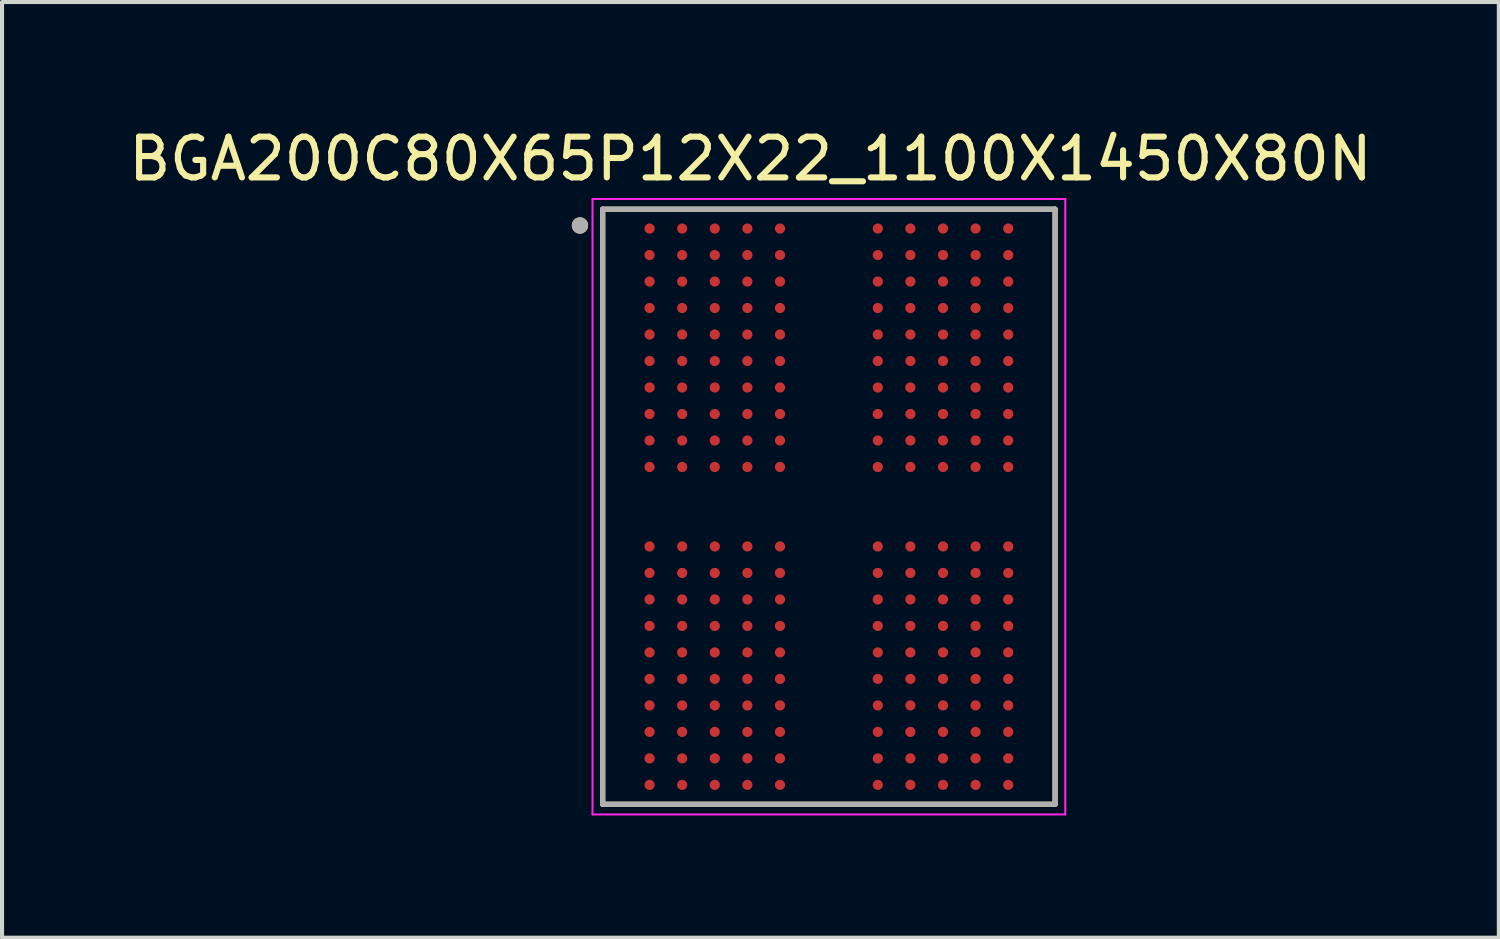
<source format=kicad_pcb>
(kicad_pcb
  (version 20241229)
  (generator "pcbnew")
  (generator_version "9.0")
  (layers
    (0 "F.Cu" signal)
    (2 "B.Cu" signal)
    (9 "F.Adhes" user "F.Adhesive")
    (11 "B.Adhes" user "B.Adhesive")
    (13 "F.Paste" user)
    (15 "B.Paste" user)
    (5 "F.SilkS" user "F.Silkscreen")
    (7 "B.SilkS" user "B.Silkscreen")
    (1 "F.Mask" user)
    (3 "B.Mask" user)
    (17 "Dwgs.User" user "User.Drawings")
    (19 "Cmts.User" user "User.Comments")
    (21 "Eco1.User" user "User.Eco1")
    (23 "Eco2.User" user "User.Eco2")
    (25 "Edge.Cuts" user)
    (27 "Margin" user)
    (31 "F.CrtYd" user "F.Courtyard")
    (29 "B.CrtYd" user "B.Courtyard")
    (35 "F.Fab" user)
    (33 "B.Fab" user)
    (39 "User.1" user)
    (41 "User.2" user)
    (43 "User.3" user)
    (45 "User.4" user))
  (footprint "BGA200C80X65P12X22_1100X1450X80N"
    (layer "F.Cu")
    (at 17.288 9.383)
    (property "Reference" "BGA200C80X65P12X22_1100X1450X80N" (at -1.925 -8.535 0) (layer "F.SilkS") (effects (font (size 1 1) (thickness 0.15))))
    (attr through_hole)
    (fp_line (start -5.55 -7.3) (end 5.55 -7.3) (stroke (width 0.127) (type solid)) (layer "F.SilkS"))
    (fp_line (start -5.55 7.3) (end -5.55 -7.3) (stroke (width 0.127) (type solid)) (layer "F.SilkS"))
    (fp_line (start 5.55 -7.3) (end 5.55 7.3) (stroke (width 0.127) (type solid)) (layer "F.SilkS"))
    (fp_line (start 5.55 7.3) (end -5.55 7.3) (stroke (width 0.127) (type solid)) (layer "F.SilkS"))
    (fp_circle (center -6.108 -6.9) (end -6.008 -6.9) (stroke (width 0.2) (type solid)) (fill no) (layer "F.SilkS"))
    (fp_line (start -5.8 -7.55) (end 5.8 -7.55) (stroke (width 0.05) (type solid)) (layer "F.CrtYd"))
    (fp_line (start -5.8 7.55) (end -5.8 -7.55) (stroke (width 0.05) (type solid)) (layer "F.CrtYd"))
    (fp_line (start 5.8 -7.55) (end 5.8 7.55) (stroke (width 0.05) (type solid)) (layer "F.CrtYd"))
    (fp_line (start 5.8 7.55) (end -5.8 7.55) (stroke (width 0.05) (type solid)) (layer "F.CrtYd"))
    (fp_line (start -5.55 -7.3) (end 5.55 -7.3) (stroke (width 0.127) (type solid)) (layer "F.Fab"))
    (fp_line (start -5.55 7.3) (end -5.55 -7.3) (stroke (width 0.127) (type solid)) (layer "F.Fab"))
    (fp_line (start 5.55 -7.3) (end 5.55 7.3) (stroke (width 0.127) (type solid)) (layer "F.Fab"))
    (fp_line (start 5.55 7.3) (end -5.55 7.3) (stroke (width 0.127) (type solid)) (layer "F.Fab"))
    (fp_circle (center -6.108 -6.9) (end -6.008 -6.9) (stroke (width 0.2) (type solid)) (fill no) (layer "F.Fab"))
    (pad "A1" smd circle (at -4.4 -6.825) (size 0.25 0.25) (layers "F.Cu" "F.Mask" "F.Paste"))
    (pad "A2" smd circle (at -3.6 -6.825) (size 0.25 0.25) (layers "F.Cu" "F.Mask" "F.Paste"))
    (pad "A3" smd circle (at -2.8 -6.825) (size 0.25 0.25) (layers "F.Cu" "F.Mask" "F.Paste"))
    (pad "A4" smd circle (at -2 -6.825) (size 0.25 0.25) (layers "F.Cu" "F.Mask" "F.Paste"))
    (pad "A5" smd circle (at -1.2 -6.825) (size 0.25 0.25) (layers "F.Cu" "F.Mask" "F.Paste"))
    (pad "A8" smd circle (at 1.2 -6.825) (size 0.25 0.25) (layers "F.Cu" "F.Mask" "F.Paste"))
    (pad "A9" smd circle (at 2 -6.825) (size 0.25 0.25) (layers "F.Cu" "F.Mask" "F.Paste"))
    (pad "A10" smd circle (at 2.8 -6.825) (size 0.25 0.25) (layers "F.Cu" "F.Mask" "F.Paste"))
    (pad "A11" smd circle (at 3.6 -6.825) (size 0.25 0.25) (layers "F.Cu" "F.Mask" "F.Paste"))
    (pad "A12" smd circle (at 4.4 -6.825) (size 0.25 0.25) (layers "F.Cu" "F.Mask" "F.Paste"))
    (pad "AA1" smd circle (at -4.4 6.175) (size 0.25 0.25) (layers "F.Cu" "F.Mask" "F.Paste"))
    (pad "AA2" smd circle (at -3.6 6.175) (size 0.25 0.25) (layers "F.Cu" "F.Mask" "F.Paste"))
    (pad "AA3" smd circle (at -2.8 6.175) (size 0.25 0.25) (layers "F.Cu" "F.Mask" "F.Paste"))
    (pad "AA4" smd circle (at -2 6.175) (size 0.25 0.25) (layers "F.Cu" "F.Mask" "F.Paste"))
    (pad "AA5" smd circle (at -1.2 6.175) (size 0.25 0.25) (layers "F.Cu" "F.Mask" "F.Paste"))
    (pad "AA8" smd circle (at 1.2 6.175) (size 0.25 0.25) (layers "F.Cu" "F.Mask" "F.Paste"))
    (pad "AA9" smd circle (at 2 6.175) (size 0.25 0.25) (layers "F.Cu" "F.Mask" "F.Paste"))
    (pad "AA10" smd circle (at 2.8 6.175) (size 0.25 0.25) (layers "F.Cu" "F.Mask" "F.Paste"))
    (pad "AA11" smd circle (at 3.6 6.175) (size 0.25 0.25) (layers "F.Cu" "F.Mask" "F.Paste"))
    (pad "AA12" smd circle (at 4.4 6.175) (size 0.25 0.25) (layers "F.Cu" "F.Mask" "F.Paste"))
    (pad "AB1" smd circle (at -4.4 6.825) (size 0.25 0.25) (layers "F.Cu" "F.Mask" "F.Paste"))
    (pad "AB2" smd circle (at -3.6 6.825) (size 0.25 0.25) (layers "F.Cu" "F.Mask" "F.Paste"))
    (pad "AB3" smd circle (at -2.8 6.825) (size 0.25 0.25) (layers "F.Cu" "F.Mask" "F.Paste"))
    (pad "AB4" smd circle (at -2 6.825) (size 0.25 0.25) (layers "F.Cu" "F.Mask" "F.Paste"))
    (pad "AB5" smd circle (at -1.2 6.825) (size 0.25 0.25) (layers "F.Cu" "F.Mask" "F.Paste"))
    (pad "AB8" smd circle (at 1.2 6.825) (size 0.25 0.25) (layers "F.Cu" "F.Mask" "F.Paste"))
    (pad "AB9" smd circle (at 2 6.825) (size 0.25 0.25) (layers "F.Cu" "F.Mask" "F.Paste"))
    (pad "AB10" smd circle (at 2.8 6.825) (size 0.25 0.25) (layers "F.Cu" "F.Mask" "F.Paste"))
    (pad "AB11" smd circle (at 3.6 6.825) (size 0.25 0.25) (layers "F.Cu" "F.Mask" "F.Paste"))
    (pad "AB12" smd circle (at 4.4 6.825) (size 0.25 0.25) (layers "F.Cu" "F.Mask" "F.Paste"))
    (pad "B1" smd circle (at -4.4 -6.175) (size 0.25 0.25) (layers "F.Cu" "F.Mask" "F.Paste"))
    (pad "B2" smd circle (at -3.6 -6.175) (size 0.25 0.25) (layers "F.Cu" "F.Mask" "F.Paste"))
    (pad "B3" smd circle (at -2.8 -6.175) (size 0.25 0.25) (layers "F.Cu" "F.Mask" "F.Paste"))
    (pad "B4" smd circle (at -2 -6.175) (size 0.25 0.25) (layers "F.Cu" "F.Mask" "F.Paste"))
    (pad "B5" smd circle (at -1.2 -6.175) (size 0.25 0.25) (layers "F.Cu" "F.Mask" "F.Paste"))
    (pad "B8" smd circle (at 1.2 -6.175) (size 0.25 0.25) (layers "F.Cu" "F.Mask" "F.Paste"))
    (pad "B9" smd circle (at 2 -6.175) (size 0.25 0.25) (layers "F.Cu" "F.Mask" "F.Paste"))
    (pad "B10" smd circle (at 2.8 -6.175) (size 0.25 0.25) (layers "F.Cu" "F.Mask" "F.Paste"))
    (pad "B11" smd circle (at 3.6 -6.175) (size 0.25 0.25) (layers "F.Cu" "F.Mask" "F.Paste"))
    (pad "B12" smd circle (at 4.4 -6.175) (size 0.25 0.25) (layers "F.Cu" "F.Mask" "F.Paste"))
    (pad "C1" smd circle (at -4.4 -5.525) (size 0.25 0.25) (layers "F.Cu" "F.Mask" "F.Paste"))
    (pad "C2" smd circle (at -3.6 -5.525) (size 0.25 0.25) (layers "F.Cu" "F.Mask" "F.Paste"))
    (pad "C3" smd circle (at -2.8 -5.525) (size 0.25 0.25) (layers "F.Cu" "F.Mask" "F.Paste"))
    (pad "C4" smd circle (at -2 -5.525) (size 0.25 0.25) (layers "F.Cu" "F.Mask" "F.Paste"))
    (pad "C5" smd circle (at -1.2 -5.525) (size 0.25 0.25) (layers "F.Cu" "F.Mask" "F.Paste"))
    (pad "C8" smd circle (at 1.2 -5.525) (size 0.25 0.25) (layers "F.Cu" "F.Mask" "F.Paste"))
    (pad "C9" smd circle (at 2 -5.525) (size 0.25 0.25) (layers "F.Cu" "F.Mask" "F.Paste"))
    (pad "C10" smd circle (at 2.8 -5.525) (size 0.25 0.25) (layers "F.Cu" "F.Mask" "F.Paste"))
    (pad "C11" smd circle (at 3.6 -5.525) (size 0.25 0.25) (layers "F.Cu" "F.Mask" "F.Paste"))
    (pad "C12" smd circle (at 4.4 -5.525) (size 0.25 0.25) (layers "F.Cu" "F.Mask" "F.Paste"))
    (pad "D1" smd circle (at -4.4 -4.875) (size 0.25 0.25) (layers "F.Cu" "F.Mask" "F.Paste"))
    (pad "D2" smd circle (at -3.6 -4.875) (size 0.25 0.25) (layers "F.Cu" "F.Mask" "F.Paste"))
    (pad "D3" smd circle (at -2.8 -4.875) (size 0.25 0.25) (layers "F.Cu" "F.Mask" "F.Paste"))
    (pad "D4" smd circle (at -2 -4.875) (size 0.25 0.25) (layers "F.Cu" "F.Mask" "F.Paste"))
    (pad "D5" smd circle (at -1.2 -4.875) (size 0.25 0.25) (layers "F.Cu" "F.Mask" "F.Paste"))
    (pad "D8" smd circle (at 1.2 -4.875) (size 0.25 0.25) (layers "F.Cu" "F.Mask" "F.Paste"))
    (pad "D9" smd circle (at 2 -4.875) (size 0.25 0.25) (layers "F.Cu" "F.Mask" "F.Paste"))
    (pad "D10" smd circle (at 2.8 -4.875) (size 0.25 0.25) (layers "F.Cu" "F.Mask" "F.Paste"))
    (pad "D11" smd circle (at 3.6 -4.875) (size 0.25 0.25) (layers "F.Cu" "F.Mask" "F.Paste"))
    (pad "D12" smd circle (at 4.4 -4.875) (size 0.25 0.25) (layers "F.Cu" "F.Mask" "F.Paste"))
    (pad "E1" smd circle (at -4.4 -4.225) (size 0.25 0.25) (layers "F.Cu" "F.Mask" "F.Paste"))
    (pad "E2" smd circle (at -3.6 -4.225) (size 0.25 0.25) (layers "F.Cu" "F.Mask" "F.Paste"))
    (pad "E3" smd circle (at -2.8 -4.225) (size 0.25 0.25) (layers "F.Cu" "F.Mask" "F.Paste"))
    (pad "E4" smd circle (at -2 -4.225) (size 0.25 0.25) (layers "F.Cu" "F.Mask" "F.Paste"))
    (pad "E5" smd circle (at -1.2 -4.225) (size 0.25 0.25) (layers "F.Cu" "F.Mask" "F.Paste"))
    (pad "E8" smd circle (at 1.2 -4.225) (size 0.25 0.25) (layers "F.Cu" "F.Mask" "F.Paste"))
    (pad "E9" smd circle (at 2 -4.225) (size 0.25 0.25) (layers "F.Cu" "F.Mask" "F.Paste"))
    (pad "E10" smd circle (at 2.8 -4.225) (size 0.25 0.25) (layers "F.Cu" "F.Mask" "F.Paste"))
    (pad "E11" smd circle (at 3.6 -4.225) (size 0.25 0.25) (layers "F.Cu" "F.Mask" "F.Paste"))
    (pad "E12" smd circle (at 4.4 -4.225) (size 0.25 0.25) (layers "F.Cu" "F.Mask" "F.Paste"))
    (pad "F1" smd circle (at -4.4 -3.575) (size 0.25 0.25) (layers "F.Cu" "F.Mask" "F.Paste"))
    (pad "F2" smd circle (at -3.6 -3.575) (size 0.25 0.25) (layers "F.Cu" "F.Mask" "F.Paste"))
    (pad "F3" smd circle (at -2.8 -3.575) (size 0.25 0.25) (layers "F.Cu" "F.Mask" "F.Paste"))
    (pad "F4" smd circle (at -2 -3.575) (size 0.25 0.25) (layers "F.Cu" "F.Mask" "F.Paste"))
    (pad "F5" smd circle (at -1.2 -3.575) (size 0.25 0.25) (layers "F.Cu" "F.Mask" "F.Paste"))
    (pad "F8" smd circle (at 1.2 -3.575) (size 0.25 0.25) (layers "F.Cu" "F.Mask" "F.Paste"))
    (pad "F9" smd circle (at 2 -3.575) (size 0.25 0.25) (layers "F.Cu" "F.Mask" "F.Paste"))
    (pad "F10" smd circle (at 2.8 -3.575) (size 0.25 0.25) (layers "F.Cu" "F.Mask" "F.Paste"))
    (pad "F11" smd circle (at 3.6 -3.575) (size 0.25 0.25) (layers "F.Cu" "F.Mask" "F.Paste"))
    (pad "F12" smd circle (at 4.4 -3.575) (size 0.25 0.25) (layers "F.Cu" "F.Mask" "F.Paste"))
    (pad "G1" smd circle (at -4.4 -2.925) (size 0.25 0.25) (layers "F.Cu" "F.Mask" "F.Paste"))
    (pad "G2" smd circle (at -3.6 -2.925) (size 0.25 0.25) (layers "F.Cu" "F.Mask" "F.Paste"))
    (pad "G3" smd circle (at -2.8 -2.925) (size 0.25 0.25) (layers "F.Cu" "F.Mask" "F.Paste"))
    (pad "G4" smd circle (at -2 -2.925) (size 0.25 0.25) (layers "F.Cu" "F.Mask" "F.Paste"))
    (pad "G5" smd circle (at -1.2 -2.925) (size 0.25 0.25) (layers "F.Cu" "F.Mask" "F.Paste"))
    (pad "G8" smd circle (at 1.2 -2.925) (size 0.25 0.25) (layers "F.Cu" "F.Mask" "F.Paste"))
    (pad "G9" smd circle (at 2 -2.925) (size 0.25 0.25) (layers "F.Cu" "F.Mask" "F.Paste"))
    (pad "G10" smd circle (at 2.8 -2.925) (size 0.25 0.25) (layers "F.Cu" "F.Mask" "F.Paste"))
    (pad "G11" smd circle (at 3.6 -2.925) (size 0.25 0.25) (layers "F.Cu" "F.Mask" "F.Paste"))
    (pad "G12" smd circle (at 4.4 -2.925) (size 0.25 0.25) (layers "F.Cu" "F.Mask" "F.Paste"))
    (pad "H1" smd circle (at -4.4 -2.275) (size 0.25 0.25) (layers "F.Cu" "F.Mask" "F.Paste"))
    (pad "H2" smd circle (at -3.6 -2.275) (size 0.25 0.25) (layers "F.Cu" "F.Mask" "F.Paste"))
    (pad "H3" smd circle (at -2.8 -2.275) (size 0.25 0.25) (layers "F.Cu" "F.Mask" "F.Paste"))
    (pad "H4" smd circle (at -2 -2.275) (size 0.25 0.25) (layers "F.Cu" "F.Mask" "F.Paste"))
    (pad "H5" smd circle (at -1.2 -2.275) (size 0.25 0.25) (layers "F.Cu" "F.Mask" "F.Paste"))
    (pad "H8" smd circle (at 1.2 -2.275) (size 0.25 0.25) (layers "F.Cu" "F.Mask" "F.Paste"))
    (pad "H9" smd circle (at 2 -2.275) (size 0.25 0.25) (layers "F.Cu" "F.Mask" "F.Paste"))
    (pad "H10" smd circle (at 2.8 -2.275) (size 0.25 0.25) (layers "F.Cu" "F.Mask" "F.Paste"))
    (pad "H11" smd circle (at 3.6 -2.275) (size 0.25 0.25) (layers "F.Cu" "F.Mask" "F.Paste"))
    (pad "H12" smd circle (at 4.4 -2.275) (size 0.25 0.25) (layers "F.Cu" "F.Mask" "F.Paste"))
    (pad "J1" smd circle (at -4.4 -1.625) (size 0.25 0.25) (layers "F.Cu" "F.Mask" "F.Paste"))
    (pad "J2" smd circle (at -3.6 -1.625) (size 0.25 0.25) (layers "F.Cu" "F.Mask" "F.Paste"))
    (pad "J3" smd circle (at -2.8 -1.625) (size 0.25 0.25) (layers "F.Cu" "F.Mask" "F.Paste"))
    (pad "J4" smd circle (at -2 -1.625) (size 0.25 0.25) (layers "F.Cu" "F.Mask" "F.Paste"))
    (pad "J5" smd circle (at -1.2 -1.625) (size 0.25 0.25) (layers "F.Cu" "F.Mask" "F.Paste"))
    (pad "J8" smd circle (at 1.2 -1.625) (size 0.25 0.25) (layers "F.Cu" "F.Mask" "F.Paste"))
    (pad "J9" smd circle (at 2 -1.625) (size 0.25 0.25) (layers "F.Cu" "F.Mask" "F.Paste"))
    (pad "J10" smd circle (at 2.8 -1.625) (size 0.25 0.25) (layers "F.Cu" "F.Mask" "F.Paste"))
    (pad "J11" smd circle (at 3.6 -1.625) (size 0.25 0.25) (layers "F.Cu" "F.Mask" "F.Paste"))
    (pad "J12" smd circle (at 4.4 -1.625) (size 0.25 0.25) (layers "F.Cu" "F.Mask" "F.Paste"))
    (pad "K1" smd circle (at -4.4 -0.975) (size 0.25 0.25) (layers "F.Cu" "F.Mask" "F.Paste"))
    (pad "K2" smd circle (at -3.6 -0.975) (size 0.25 0.25) (layers "F.Cu" "F.Mask" "F.Paste"))
    (pad "K3" smd circle (at -2.8 -0.975) (size 0.25 0.25) (layers "F.Cu" "F.Mask" "F.Paste"))
    (pad "K4" smd circle (at -2 -0.975) (size 0.25 0.25) (layers "F.Cu" "F.Mask" "F.Paste"))
    (pad "K5" smd circle (at -1.2 -0.975) (size 0.25 0.25) (layers "F.Cu" "F.Mask" "F.Paste"))
    (pad "K8" smd circle (at 1.2 -0.975) (size 0.25 0.25) (layers "F.Cu" "F.Mask" "F.Paste"))
    (pad "K9" smd circle (at 2 -0.975) (size 0.25 0.25) (layers "F.Cu" "F.Mask" "F.Paste"))
    (pad "K10" smd circle (at 2.8 -0.975) (size 0.25 0.25) (layers "F.Cu" "F.Mask" "F.Paste"))
    (pad "K11" smd circle (at 3.6 -0.975) (size 0.25 0.25) (layers "F.Cu" "F.Mask" "F.Paste"))
    (pad "K12" smd circle (at 4.4 -0.975) (size 0.25 0.25) (layers "F.Cu" "F.Mask" "F.Paste"))
    (pad "N1" smd circle (at -4.4 0.975) (size 0.25 0.25) (layers "F.Cu" "F.Mask" "F.Paste"))
    (pad "N2" smd circle (at -3.6 0.975) (size 0.25 0.25) (layers "F.Cu" "F.Mask" "F.Paste"))
    (pad "N3" smd circle (at -2.8 0.975) (size 0.25 0.25) (layers "F.Cu" "F.Mask" "F.Paste"))
    (pad "N4" smd circle (at -2 0.975) (size 0.25 0.25) (layers "F.Cu" "F.Mask" "F.Paste"))
    (pad "N5" smd circle (at -1.2 0.975) (size 0.25 0.25) (layers "F.Cu" "F.Mask" "F.Paste"))
    (pad "N8" smd circle (at 1.2 0.975) (size 0.25 0.25) (layers "F.Cu" "F.Mask" "F.Paste"))
    (pad "N9" smd circle (at 2 0.975) (size 0.25 0.25) (layers "F.Cu" "F.Mask" "F.Paste"))
    (pad "N10" smd circle (at 2.8 0.975) (size 0.25 0.25) (layers "F.Cu" "F.Mask" "F.Paste"))
    (pad "N11" smd circle (at 3.6 0.975) (size 0.25 0.25) (layers "F.Cu" "F.Mask" "F.Paste"))
    (pad "N12" smd circle (at 4.4 0.975) (size 0.25 0.25) (layers "F.Cu" "F.Mask" "F.Paste"))
    (pad "P1" smd circle (at -4.4 1.625) (size 0.25 0.25) (layers "F.Cu" "F.Mask" "F.Paste"))
    (pad "P2" smd circle (at -3.6 1.625) (size 0.25 0.25) (layers "F.Cu" "F.Mask" "F.Paste"))
    (pad "P3" smd circle (at -2.8 1.625) (size 0.25 0.25) (layers "F.Cu" "F.Mask" "F.Paste"))
    (pad "P4" smd circle (at -2 1.625) (size 0.25 0.25) (layers "F.Cu" "F.Mask" "F.Paste"))
    (pad "P5" smd circle (at -1.2 1.625) (size 0.25 0.25) (layers "F.Cu" "F.Mask" "F.Paste"))
    (pad "P8" smd circle (at 1.2 1.625) (size 0.25 0.25) (layers "F.Cu" "F.Mask" "F.Paste"))
    (pad "P9" smd circle (at 2 1.625) (size 0.25 0.25) (layers "F.Cu" "F.Mask" "F.Paste"))
    (pad "P10" smd circle (at 2.8 1.625) (size 0.25 0.25) (layers "F.Cu" "F.Mask" "F.Paste"))
    (pad "P11" smd circle (at 3.6 1.625) (size 0.25 0.25) (layers "F.Cu" "F.Mask" "F.Paste"))
    (pad "P12" smd circle (at 4.4 1.625) (size 0.25 0.25) (layers "F.Cu" "F.Mask" "F.Paste"))
    (pad "R1" smd circle (at -4.4 2.275) (size 0.25 0.25) (layers "F.Cu" "F.Mask" "F.Paste"))
    (pad "R2" smd circle (at -3.6 2.275) (size 0.25 0.25) (layers "F.Cu" "F.Mask" "F.Paste"))
    (pad "R3" smd circle (at -2.8 2.275) (size 0.25 0.25) (layers "F.Cu" "F.Mask" "F.Paste"))
    (pad "R4" smd circle (at -2 2.275) (size 0.25 0.25) (layers "F.Cu" "F.Mask" "F.Paste"))
    (pad "R5" smd circle (at -1.2 2.275) (size 0.25 0.25) (layers "F.Cu" "F.Mask" "F.Paste"))
    (pad "R8" smd circle (at 1.2 2.275) (size 0.25 0.25) (layers "F.Cu" "F.Mask" "F.Paste"))
    (pad "R9" smd circle (at 2 2.275) (size 0.25 0.25) (layers "F.Cu" "F.Mask" "F.Paste"))
    (pad "R10" smd circle (at 2.8 2.275) (size 0.25 0.25) (layers "F.Cu" "F.Mask" "F.Paste"))
    (pad "R11" smd circle (at 3.6 2.275) (size 0.25 0.25) (layers "F.Cu" "F.Mask" "F.Paste"))
    (pad "R12" smd circle (at 4.4 2.275) (size 0.25 0.25) (layers "F.Cu" "F.Mask" "F.Paste"))
    (pad "T1" smd circle (at -4.4 2.925) (size 0.25 0.25) (layers "F.Cu" "F.Mask" "F.Paste"))
    (pad "T2" smd circle (at -3.6 2.925) (size 0.25 0.25) (layers "F.Cu" "F.Mask" "F.Paste"))
    (pad "T3" smd circle (at -2.8 2.925) (size 0.25 0.25) (layers "F.Cu" "F.Mask" "F.Paste"))
    (pad "T4" smd circle (at -2 2.925) (size 0.25 0.25) (layers "F.Cu" "F.Mask" "F.Paste"))
    (pad "T5" smd circle (at -1.2 2.925) (size 0.25 0.25) (layers "F.Cu" "F.Mask" "F.Paste"))
    (pad "T8" smd circle (at 1.2 2.925) (size 0.25 0.25) (layers "F.Cu" "F.Mask" "F.Paste"))
    (pad "T9" smd circle (at 2 2.925) (size 0.25 0.25) (layers "F.Cu" "F.Mask" "F.Paste"))
    (pad "T10" smd circle (at 2.8 2.925) (size 0.25 0.25) (layers "F.Cu" "F.Mask" "F.Paste"))
    (pad "T11" smd circle (at 3.6 2.925) (size 0.25 0.25) (layers "F.Cu" "F.Mask" "F.Paste"))
    (pad "T12" smd circle (at 4.4 2.925) (size 0.25 0.25) (layers "F.Cu" "F.Mask" "F.Paste"))
    (pad "U1" smd circle (at -4.4 3.575) (size 0.25 0.25) (layers "F.Cu" "F.Mask" "F.Paste"))
    (pad "U2" smd circle (at -3.6 3.575) (size 0.25 0.25) (layers "F.Cu" "F.Mask" "F.Paste"))
    (pad "U3" smd circle (at -2.8 3.575) (size 0.25 0.25) (layers "F.Cu" "F.Mask" "F.Paste"))
    (pad "U4" smd circle (at -2 3.575) (size 0.25 0.25) (layers "F.Cu" "F.Mask" "F.Paste"))
    (pad "U5" smd circle (at -1.2 3.575) (size 0.25 0.25) (layers "F.Cu" "F.Mask" "F.Paste"))
    (pad "U8" smd circle (at 1.2 3.575) (size 0.25 0.25) (layers "F.Cu" "F.Mask" "F.Paste"))
    (pad "U9" smd circle (at 2 3.575) (size 0.25 0.25) (layers "F.Cu" "F.Mask" "F.Paste"))
    (pad "U10" smd circle (at 2.8 3.575) (size 0.25 0.25) (layers "F.Cu" "F.Mask" "F.Paste"))
    (pad "U11" smd circle (at 3.6 3.575) (size 0.25 0.25) (layers "F.Cu" "F.Mask" "F.Paste"))
    (pad "U12" smd circle (at 4.4 3.575) (size 0.25 0.25) (layers "F.Cu" "F.Mask" "F.Paste"))
    (pad "V1" smd circle (at -4.4 4.225) (size 0.25 0.25) (layers "F.Cu" "F.Mask" "F.Paste"))
    (pad "V2" smd circle (at -3.6 4.225) (size 0.25 0.25) (layers "F.Cu" "F.Mask" "F.Paste"))
    (pad "V3" smd circle (at -2.8 4.225) (size 0.25 0.25) (layers "F.Cu" "F.Mask" "F.Paste"))
    (pad "V4" smd circle (at -2 4.225) (size 0.25 0.25) (layers "F.Cu" "F.Mask" "F.Paste"))
    (pad "V5" smd circle (at -1.2 4.225) (size 0.25 0.25) (layers "F.Cu" "F.Mask" "F.Paste"))
    (pad "V8" smd circle (at 1.2 4.225) (size 0.25 0.25) (layers "F.Cu" "F.Mask" "F.Paste"))
    (pad "V9" smd circle (at 2 4.225) (size 0.25 0.25) (layers "F.Cu" "F.Mask" "F.Paste"))
    (pad "V10" smd circle (at 2.8 4.225) (size 0.25 0.25) (layers "F.Cu" "F.Mask" "F.Paste"))
    (pad "V11" smd circle (at 3.6 4.225) (size 0.25 0.25) (layers "F.Cu" "F.Mask" "F.Paste"))
    (pad "V12" smd circle (at 4.4 4.225) (size 0.25 0.25) (layers "F.Cu" "F.Mask" "F.Paste"))
    (pad "W1" smd circle (at -4.4 4.875) (size 0.25 0.25) (layers "F.Cu" "F.Mask" "F.Paste"))
    (pad "W2" smd circle (at -3.6 4.875) (size 0.25 0.25) (layers "F.Cu" "F.Mask" "F.Paste"))
    (pad "W3" smd circle (at -2.8 4.875) (size 0.25 0.25) (layers "F.Cu" "F.Mask" "F.Paste"))
    (pad "W4" smd circle (at -2 4.875) (size 0.25 0.25) (layers "F.Cu" "F.Mask" "F.Paste"))
    (pad "W5" smd circle (at -1.2 4.875) (size 0.25 0.25) (layers "F.Cu" "F.Mask" "F.Paste"))
    (pad "W8" smd circle (at 1.2 4.875) (size 0.25 0.25) (layers "F.Cu" "F.Mask" "F.Paste"))
    (pad "W9" smd circle (at 2 4.875) (size 0.25 0.25) (layers "F.Cu" "F.Mask" "F.Paste"))
    (pad "W10" smd circle (at 2.8 4.875) (size 0.25 0.25) (layers "F.Cu" "F.Mask" "F.Paste"))
    (pad "W11" smd circle (at 3.6 4.875) (size 0.25 0.25) (layers "F.Cu" "F.Mask" "F.Paste"))
    (pad "W12" smd circle (at 4.4 4.875) (size 0.25 0.25) (layers "F.Cu" "F.Mask" "F.Paste"))
    (pad "Y1" smd circle (at -4.4 5.525) (size 0.25 0.25) (layers "F.Cu" "F.Mask" "F.Paste"))
    (pad "Y2" smd circle (at -3.6 5.525) (size 0.25 0.25) (layers "F.Cu" "F.Mask" "F.Paste"))
    (pad "Y3" smd circle (at -2.8 5.525) (size 0.25 0.25) (layers "F.Cu" "F.Mask" "F.Paste"))
    (pad "Y4" smd circle (at -2 5.525) (size 0.25 0.25) (layers "F.Cu" "F.Mask" "F.Paste"))
    (pad "Y5" smd circle (at -1.2 5.525) (size 0.25 0.25) (layers "F.Cu" "F.Mask" "F.Paste"))
    (pad "Y8" smd circle (at 1.2 5.525) (size 0.25 0.25) (layers "F.Cu" "F.Mask" "F.Paste"))
    (pad "Y9" smd circle (at 2 5.525) (size 0.25 0.25) (layers "F.Cu" "F.Mask" "F.Paste"))
    (pad "Y10" smd circle (at 2.8 5.525) (size 0.25 0.25) (layers "F.Cu" "F.Mask" "F.Paste"))
    (pad "Y11" smd circle (at 3.6 5.525) (size 0.25 0.25) (layers "F.Cu" "F.Mask" "F.Paste"))
    (pad "Y12" smd circle (at 4.4 5.525) (size 0.25 0.25) (layers "F.Cu" "F.Mask" "F.Paste")))
  (gr_rect
    (start -3 -3)
    (end 33.726 19.958)
    (stroke (width 0.1) (type default))
    (fill no)
    (layer "Edge.Cuts")))
</source>
